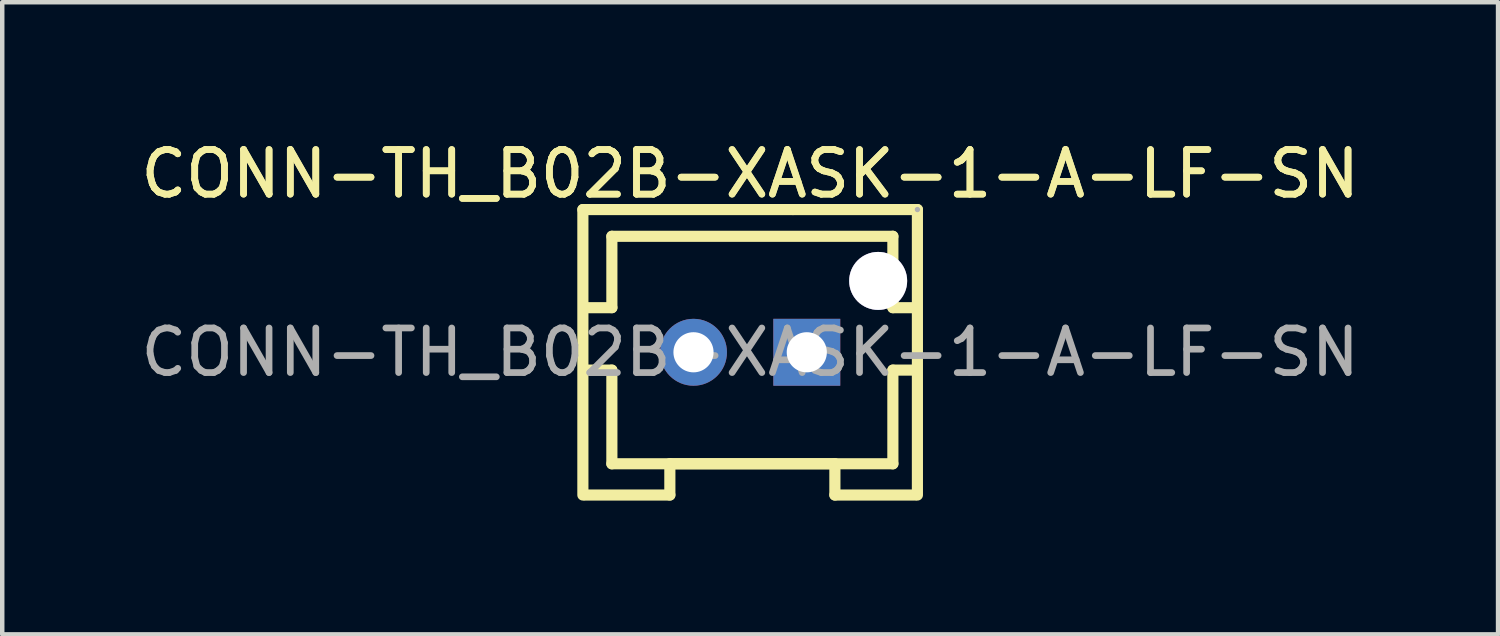
<source format=kicad_pcb>
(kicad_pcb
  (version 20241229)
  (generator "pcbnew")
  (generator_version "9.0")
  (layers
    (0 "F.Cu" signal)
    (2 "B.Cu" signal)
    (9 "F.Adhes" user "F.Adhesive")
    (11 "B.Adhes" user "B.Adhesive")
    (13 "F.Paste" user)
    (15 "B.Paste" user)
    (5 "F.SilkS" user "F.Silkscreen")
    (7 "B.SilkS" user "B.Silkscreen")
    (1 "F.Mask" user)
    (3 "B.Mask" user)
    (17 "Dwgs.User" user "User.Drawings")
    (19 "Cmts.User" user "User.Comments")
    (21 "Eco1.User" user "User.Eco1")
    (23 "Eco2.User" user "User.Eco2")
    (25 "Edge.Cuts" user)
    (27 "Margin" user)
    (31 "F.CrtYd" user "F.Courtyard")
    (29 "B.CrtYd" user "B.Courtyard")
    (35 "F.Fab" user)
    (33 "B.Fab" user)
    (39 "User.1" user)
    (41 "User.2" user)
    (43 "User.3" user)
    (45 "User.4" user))
  (footprint "CONN-TH_B02B-XASK-1-A-LF-SN"
    (layer "F.Cu")
    (at 13.768 4.848)
    (property "Reference" "CONN-TH_B02B-XASK-1-A-LF-SN" (at 0 -4 0) (layer "F.SilkS") (effects (font (size 1 1) (thickness 0.15))))
    (attr through_hole)
    (fp_line (start -3.75 -3.2) (end 0.96 -3.2) (stroke (width 0.25) (type solid)) (layer "F.SilkS"))
    (fp_line (start -3.75 3.2) (end -3.75 -3.2) (stroke (width 0.25) (type solid)) (layer "F.SilkS"))
    (fp_line (start -3.7 -1) (end -3.1 -1) (stroke (width 0.25) (type solid)) (layer "F.SilkS"))
    (fp_line (start -3.7 0.4) (end -3.1 0.4) (stroke (width 0.25) (type solid)) (layer "F.SilkS"))
    (fp_line (start -3.1 -2.6) (end 3.2 -2.6) (stroke (width 0.25) (type solid)) (layer "F.SilkS"))
    (fp_line (start -3.1 -1) (end -3.1 -2.6) (stroke (width 0.25) (type solid)) (layer "F.SilkS"))
    (fp_line (start -3.1 0.4) (end -3.1 2.5) (stroke (width 0.25) (type solid)) (layer "F.SilkS"))
    (fp_line (start -3.1 2.5) (end 3.2 2.5) (stroke (width 0.25) (type solid)) (layer "F.SilkS"))
    (fp_line (start -1.8 2.5) (end -1.8 3.2) (stroke (width 0.25) (type solid)) (layer "F.SilkS"))
    (fp_line (start -1.8 3.2) (end -3.7 3.2) (stroke (width 0.25) (type solid)) (layer "F.SilkS"))
    (fp_line (start 0.96 -3.2) (end 3.75 -3.2) (stroke (width 0.25) (type solid)) (layer "F.SilkS"))
    (fp_line (start 1.9 2.5) (end -1.8 2.5) (stroke (width 0.25) (type solid)) (layer "F.SilkS"))
    (fp_line (start 1.9 3.2) (end 1.9 2.5) (stroke (width 0.25) (type solid)) (layer "F.SilkS"))
    (fp_line (start 3.2 -2.6) (end 3.2 -1) (stroke (width 0.25) (type solid)) (layer "F.SilkS"))
    (fp_line (start 3.2 -1) (end 3.7 -1) (stroke (width 0.25) (type solid)) (layer "F.SilkS"))
    (fp_line (start 3.2 0.4) (end 3.2 2.5) (stroke (width 0.25) (type solid)) (layer "F.SilkS"))
    (fp_line (start 3.7 0.4) (end 3.2 0.4) (stroke (width 0.25) (type solid)) (layer "F.SilkS"))
    (fp_line (start 3.7 3.2) (end 1.9 3.2) (stroke (width 0.25) (type solid)) (layer "F.SilkS"))
    (fp_line (start 3.75 -3.2) (end 3.75 3.2) (stroke (width 0.25) (type solid)) (layer "F.SilkS"))
    (fp_circle (center 2.87 -1.6) (end 3.12 -1.6) (stroke (width 0.5) (type solid)) (fill no) (layer "Cmts.User"))
    (fp_circle (center -1.27 0) (end -1.12 0) (stroke (width 0.3) (type solid)) (fill no) (layer "F.Fab"))
    (fp_circle (center 1.27 0) (end 1.42 0) (stroke (width 0.3) (type solid)) (fill no) (layer "F.Fab"))
    (fp_circle (center 3.75 -3.2) (end 3.78 -3.2) (stroke (width 0.06) (type solid)) (fill no) (layer "F.Fab"))
    (fp_text user "${REFERENCE}" (at 0 -4 0) (layer "F.SilkS") (effects (font (size 1 1) (thickness 0.15))))
    (fp_text user "${REFERENCE}" (at 0 0 0) (layer "F.Fab") (effects (font (size 1 1) (thickness 0.15))))
    (pad "" thru_hole circle (at 2.87 -1.6) (size 1.3 1.3) (drill 1.3) (layers "*.Cu" "*.Mask"))
    (pad "1" thru_hole rect (at 1.27 0) (size 1.5 1.5) (drill 0.9) (layers "*.Cu" "*.Mask"))
    (pad "2" thru_hole circle (at -1.27 0) (size 1.5 1.5) (drill 0.9) (layers "*.Cu" "*.Mask")))
  (gr_rect
    (start -3 -3)
    (end 30.536 11.173)
    (stroke (width 0.1) (type default))
    (fill no)
    (layer "Edge.Cuts")))
</source>
